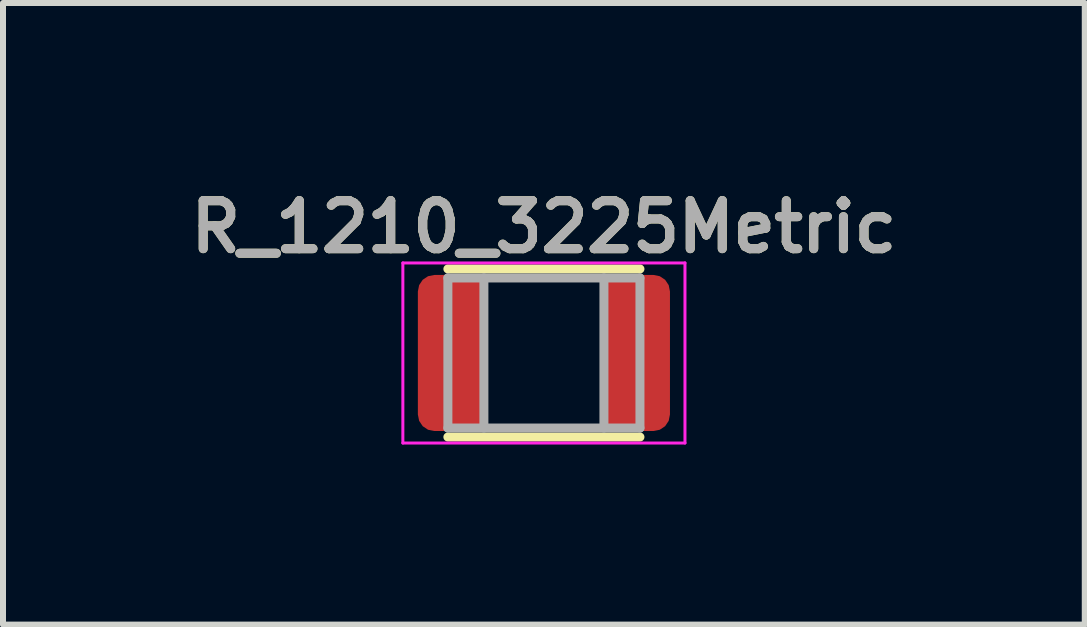
<source format=kicad_pcb>
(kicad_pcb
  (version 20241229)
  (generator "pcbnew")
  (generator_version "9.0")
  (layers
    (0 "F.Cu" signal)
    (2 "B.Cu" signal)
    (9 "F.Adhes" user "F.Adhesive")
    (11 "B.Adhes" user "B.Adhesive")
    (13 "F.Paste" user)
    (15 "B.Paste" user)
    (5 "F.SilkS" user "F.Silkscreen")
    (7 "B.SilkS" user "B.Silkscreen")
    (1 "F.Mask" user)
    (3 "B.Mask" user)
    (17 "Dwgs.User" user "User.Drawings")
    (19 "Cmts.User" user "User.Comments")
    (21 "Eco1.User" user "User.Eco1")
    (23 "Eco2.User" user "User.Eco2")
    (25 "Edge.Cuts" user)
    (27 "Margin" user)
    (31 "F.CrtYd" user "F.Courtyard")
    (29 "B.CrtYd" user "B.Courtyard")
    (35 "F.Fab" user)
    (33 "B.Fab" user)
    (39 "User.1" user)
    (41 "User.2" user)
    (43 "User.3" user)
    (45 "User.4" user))
  (footprint "R_1210_3225Metric"
    (layer "F.Cu")
    (at 6.012 2.831)
    (property "Reference" "R_1210_3225Metric" (at 0 -2.1 0) (layer "F.SilkS") (effects (font (size 0.8 0.8) (thickness 0.15))))
    (attr smd)
    (fp_line (start -1.6 -1.4) (end 1.6 -1.4) (stroke (width 0.15) (type solid)) (layer "F.SilkS"))
    (fp_line (start 1.6 1.4) (end -1.6 1.4) (stroke (width 0.15) (type solid)) (layer "F.SilkS"))
    (fp_line (start -2.35 -1.5) (end -2.35 1.5) (stroke (width 0.05) (type solid)) (layer "F.CrtYd"))
    (fp_line (start -2.35 -1.5) (end 2.35 -1.5) (stroke (width 0.05) (type solid)) (layer "F.CrtYd"))
    (fp_line (start -2.35 1.5) (end 2.35 1.5) (stroke (width 0.05) (type solid)) (layer "F.CrtYd"))
    (fp_line (start 2.35 -1.5) (end 2.35 1.5) (stroke (width 0.05) (type solid)) (layer "F.CrtYd"))
    (fp_line (start -1.6 -1.25) (end 1.6 -1.25) (stroke (width 0.15) (type solid)) (layer "F.Fab"))
    (fp_line (start -1.6 1.25) (end -1.6 -1.25) (stroke (width 0.15) (type solid)) (layer "F.Fab"))
    (fp_line (start -1 -1.25) (end -1 1.25) (stroke (width 0.15) (type solid)) (layer "F.Fab"))
    (fp_line (start 1 -1.25) (end 1 1.25) (stroke (width 0.15) (type solid)) (layer "F.Fab"))
    (fp_line (start 1.6 -1.25) (end 1.6 1.25) (stroke (width 0.15) (type solid)) (layer "F.Fab"))
    (fp_line (start 1.6 1.25) (end -1.6 1.25) (stroke (width 0.15) (type solid)) (layer "F.Fab"))
    (fp_text user "${REFERENCE}" (at 0 -2.1 0) (layer "F.Fab") (effects (font (size 0.8 0.8) (thickness 0.15))))
    (pad "1" smd roundrect (at -1.55 0) (size 1.1 2.6) (layers "F.Cu" "F.Mask" "F.Paste") (roundrect_rratio 0.25))
    (pad "2" smd roundrect (at 1.55 0) (size 1.1 2.6) (layers "F.Cu" "F.Mask" "F.Paste") (roundrect_rratio 0.25)))
  (gr_rect
    (start -3 -3)
    (end 15.023 7.356)
    (stroke (width 0.1) (type default))
    (fill no)
    (layer "Edge.Cuts")))
</source>
